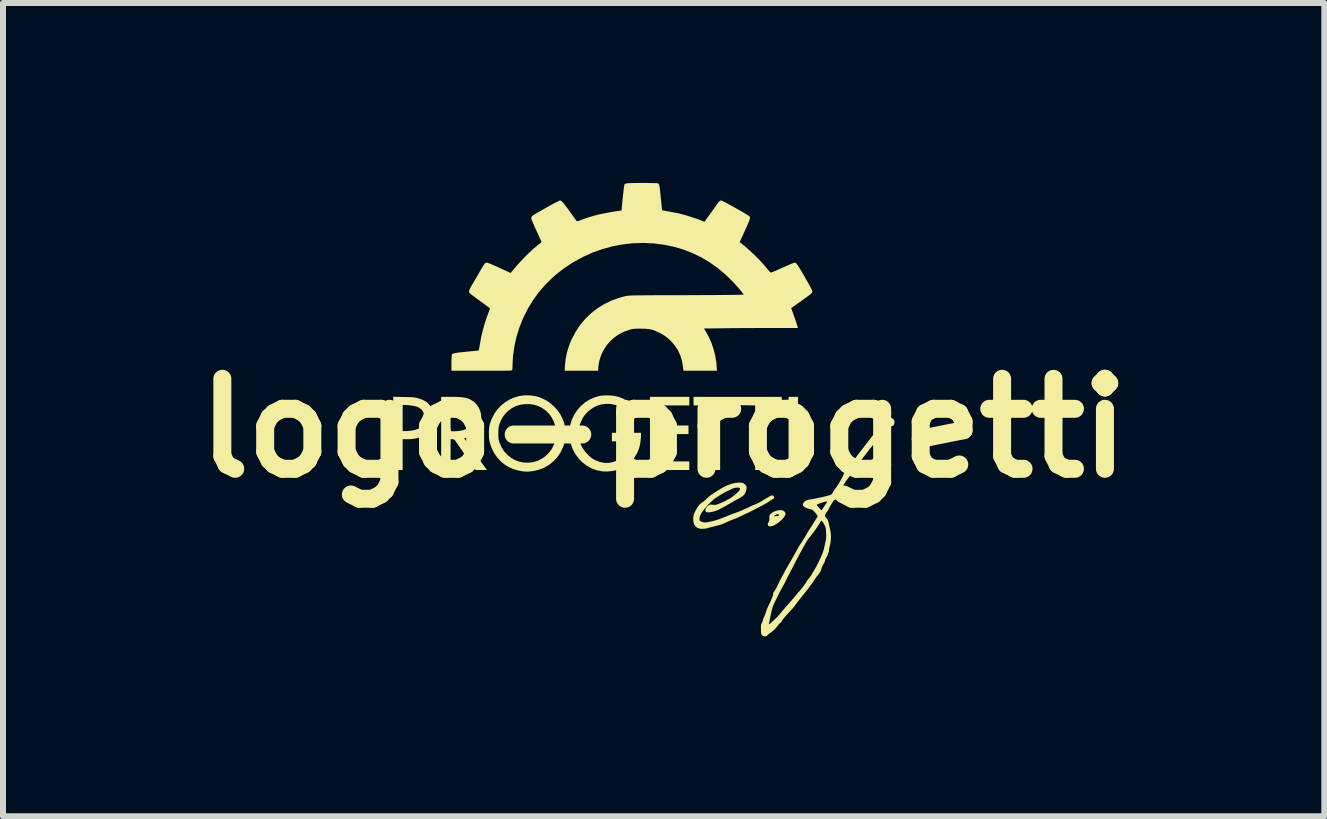
<source format=kicad_pcb>
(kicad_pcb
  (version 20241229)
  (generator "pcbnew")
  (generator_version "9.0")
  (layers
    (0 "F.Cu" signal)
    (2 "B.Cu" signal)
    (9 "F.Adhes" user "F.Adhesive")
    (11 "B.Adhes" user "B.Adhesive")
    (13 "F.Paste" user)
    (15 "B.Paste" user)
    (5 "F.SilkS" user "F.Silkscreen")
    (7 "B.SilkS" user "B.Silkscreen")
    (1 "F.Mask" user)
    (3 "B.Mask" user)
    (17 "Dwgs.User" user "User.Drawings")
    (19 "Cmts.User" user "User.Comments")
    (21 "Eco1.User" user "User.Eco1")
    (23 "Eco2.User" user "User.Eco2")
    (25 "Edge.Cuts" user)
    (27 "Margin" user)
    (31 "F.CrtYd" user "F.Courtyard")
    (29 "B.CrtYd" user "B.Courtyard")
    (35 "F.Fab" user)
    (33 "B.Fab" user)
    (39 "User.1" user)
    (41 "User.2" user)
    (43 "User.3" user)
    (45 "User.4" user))
  (footprint "logo-progetti"
    (layer "F.Cu")
    (at 8.014 4.087)
    (property "Reference" "logo-progetti" (at 0 0 0) (layer "F.SilkS") (effects (font (size 1.5 1.5) (thickness 0.3))))
    (attr board_only exclude_from_pos_files exclude_from_bom)
    (fp_poly (pts (xy 2.24 0.089) (xy 2.24 0.699) (xy 2.161 0.699) (xy 2.083 0.699) (xy 2.083 0.089) (xy 2.083 -0.521) (xy 2.161 -0.521) (xy 2.24 -0.521)) (stroke (width 0) (type solid)) (fill yes) (layer "F.SilkS"))
    (fp_poly (pts (xy 0.428 -0.449) (xy 0.428 -0.378) (xy 0.178 -0.378) (xy -0.071 -0.378) (xy -0.071 -0.21) (xy -0.071 -0.043) (xy 0.171 -0.043) (xy 0.414 -0.043) (xy 0.414 0.029) (xy 0.414 0.1) (xy 0.171 0.1) (xy -0.071 0.1) (xy -0.071 0.328) (xy -0.071 0.556) (xy 0.178 0.556) (xy 0.428 0.556) (xy 0.428 0.628) (xy 0.428 0.699) (xy 0.1 0.699) (xy -0.228 0.699) (xy -0.228 0.089) (xy -0.228 -0.521) (xy 0.1 -0.521) (xy 0.428 -0.521)) (stroke (width 0) (type solid)) (fill yes) (layer "F.SilkS"))
    (fp_poly (pts (xy 1.969 -0.449) (xy 1.969 -0.378) (xy 1.826 -0.378) (xy 1.683 -0.378) (xy 1.683 0.16) (xy 1.683 0.699) (xy 1.605 0.699) (xy 1.526 0.699) (xy 1.526 0.161) (xy 1.526 -0.378) (xy 1.386 -0.38) (xy 1.331 -0.38) (xy 1.267 -0.38) (xy 1.201 -0.38) (xy 1.137 -0.38) (xy 1.093 -0.38) (xy 0.942 -0.377) (xy 0.942 0.161) (xy 0.942 0.699) (xy 0.867 0.699) (xy 0.792 0.699) (xy 0.792 0.16) (xy 0.792 -0.378) (xy 0.646 -0.378) (xy 0.499 -0.378) (xy 0.499 -0.449) (xy 0.499 -0.521) (xy 1.234 -0.521) (xy 1.969 -0.521)) (stroke (width 0) (type solid)) (fill yes) (layer "F.SilkS"))
    (fp_poly (pts (xy 1.97 1.368) (xy 1.994 1.376) (xy 2.015 1.392) (xy 2.029 1.412) (xy 2.033 1.427) (xy 2.027 1.45) (xy 2.011 1.478) (xy 1.987 1.508) (xy 1.956 1.54) (xy 1.921 1.57) (xy 1.908 1.58) (xy 1.862 1.61) (xy 1.822 1.629) (xy 1.789 1.639) (xy 1.762 1.638) (xy 1.745 1.628) (xy 1.735 1.61) (xy 1.737 1.59) (xy 1.749 1.569) (xy 1.758 1.554) (xy 1.762 1.536) (xy 1.763 1.51) (xy 1.763 1.502) (xy 1.763 1.475) (xy 1.764 1.469) (xy 1.84 1.469) (xy 1.846 1.472) (xy 1.861 1.469) (xy 1.863 1.468) (xy 1.884 1.464) (xy 1.898 1.468) (xy 1.911 1.472) (xy 1.917 1.465) (xy 1.919 1.449) (xy 1.917 1.438) (xy 1.91 1.434) (xy 1.896 1.436) (xy 1.874 1.443) (xy 1.855 1.453) (xy 1.843 1.464) (xy 1.84 1.469) (xy 1.764 1.469) (xy 1.766 1.457) (xy 1.773 1.443) (xy 1.779 1.436) (xy 1.808 1.411) (xy 1.846 1.39) (xy 1.89 1.375) (xy 1.935 1.367)) (stroke (width 0) (type solid)) (fill yes) (layer "F.SilkS"))
    (fp_poly (pts (xy -4.335 -0.519) (xy -4.277 -0.517) (xy -4.231 -0.516) (xy -4.195 -0.514) (xy -4.166 -0.512) (xy -4.141 -0.508) (xy -4.119 -0.504) (xy -4.103 -0.5) (xy -4.047 -0.483) (xy -3.996 -0.46) (xy -3.953 -0.435) (xy -3.935 -0.421) (xy -3.898 -0.379) (xy -3.87 -0.329) (xy -3.851 -0.272) (xy -3.841 -0.211) (xy -3.84 -0.149) (xy -3.848 -0.087) (xy -3.866 -0.029) (xy -3.892 0.025) (xy -3.927 0.071) (xy -3.939 0.083) (xy -3.994 0.123) (xy -4.058 0.153) (xy -4.132 0.173) (xy -4.216 0.184) (xy -4.269 0.185) (xy -4.351 0.185) (xy -4.351 0.442) (xy -4.351 0.699) (xy -4.429 0.699) (xy -4.508 0.699) (xy -4.508 0.088) (xy -4.508 -0.385) (xy -4.351 -0.385) (xy -4.351 -0.168) (xy -4.351 0.05) (xy -4.305 0.05) (xy -4.274 0.049) (xy -4.237 0.046) (xy -4.204 0.042) (xy -4.139 0.029) (xy -4.085 0.008) (xy -4.044 -0.021) (xy -4.014 -0.058) (xy -3.995 -0.102) (xy -3.988 -0.156) (xy -3.989 -0.185) (xy -3.997 -0.238) (xy -4.016 -0.282) (xy -4.046 -0.318) (xy -4.087 -0.345) (xy -4.112 -0.356) (xy -4.141 -0.364) (xy -4.179 -0.372) (xy -4.222 -0.378) (xy -4.267 -0.383) (xy -4.307 -0.385) (xy -4.314 -0.385) (xy -4.351 -0.385) (xy -4.508 -0.385) (xy -4.508 -0.522)) (stroke (width 0) (type solid)) (fill yes) (layer "F.SilkS"))
    (fp_poly (pts (xy -3.547 -0.52) (xy -3.476 -0.52) (xy -3.417 -0.518) (xy -3.368 -0.515) (xy -3.328 -0.509) (xy -3.293 -0.502) (xy -3.261 -0.493) (xy -3.232 -0.48) (xy -3.221 -0.475) (xy -3.166 -0.44) (xy -3.12 -0.397) (xy -3.085 -0.345) (xy -3.059 -0.289) (xy -3.044 -0.228) (xy -3.04 -0.165) (xy -3.046 -0.102) (xy -3.064 -0.041) (xy -3.094 0.017) (xy -3.132 0.067) (xy -3.164 0.096) (xy -3.203 0.123) (xy -3.244 0.144) (xy -3.283 0.159) (xy -3.297 0.162) (xy -3.314 0.166) (xy -3.323 0.171) (xy -3.324 0.172) (xy -3.32 0.178) (xy -3.308 0.195) (xy -3.291 0.22) (xy -3.268 0.253) (xy -3.24 0.291) (xy -3.21 0.334) (xy -3.177 0.38) (xy -3.143 0.428) (xy -3.108 0.475) (xy -3.075 0.522) (xy -3.043 0.565) (xy -3.014 0.605) (xy -2.989 0.639) (xy -2.969 0.666) (xy -2.962 0.676) (xy -2.944 0.699) (xy -3.04 0.699) (xy -3.135 0.699) (xy -3.305 0.455) (xy -3.341 0.402) (xy -3.376 0.352) (xy -3.407 0.308) (xy -3.434 0.269) (xy -3.456 0.237) (xy -3.473 0.214) (xy -3.482 0.2) (xy -3.484 0.198) (xy -3.5 0.188) (xy -3.523 0.185) (xy -3.552 0.185) (xy -3.552 0.442) (xy -3.552 0.699) (xy -3.631 0.699) (xy -3.709 0.699) (xy -3.709 0.089) (xy -3.709 -0.385) (xy -3.552 -0.385) (xy -3.552 -0.168) (xy -3.552 -0.107) (xy -3.552 -0.058) (xy -3.551 -0.02) (xy -3.551 0.007) (xy -3.549 0.027) (xy -3.548 0.039) (xy -3.546 0.047) (xy -3.543 0.051) (xy -3.54 0.052) (xy -3.521 0.053) (xy -3.493 0.053) (xy -3.458 0.051) (xy -3.422 0.048) (xy -3.387 0.043) (xy -3.362 0.039) (xy -3.307 0.022) (xy -3.261 -0.003) (xy -3.226 -0.036) (xy -3.214 -0.052) (xy -3.203 -0.071) (xy -3.197 -0.088) (xy -3.193 -0.109) (xy -3.19 -0.137) (xy -3.19 -0.154) (xy -3.189 -0.187) (xy -3.189 -0.21) (xy -3.193 -0.228) (xy -3.199 -0.246) (xy -3.206 -0.261) (xy -3.23 -0.298) (xy -3.263 -0.327) (xy -3.307 -0.351) (xy -3.321 -0.356) (xy -3.353 -0.366) (xy -3.395 -0.374) (xy -3.442 -0.381) (xy -3.488 -0.384) (xy -3.515 -0.385) (xy -3.552 -0.385) (xy -3.709 -0.385) (xy -3.709 -0.521)) (stroke (width 0) (type solid)) (fill yes) (layer "F.SilkS"))
    (fp_poly (pts (xy -2.221 -0.545) (xy -2.13 -0.531) (xy -2.071 -0.514) (xy -1.99 -0.479) (xy -1.912 -0.432) (xy -1.842 -0.375) (xy -1.779 -0.309) (xy -1.726 -0.235) (xy -1.685 -0.156) (xy -1.684 -0.153) (xy -1.662 -0.095) (xy -1.648 -0.038) (xy -1.641 0.023) (xy -1.638 0.093) (xy -1.64 0.155) (xy -1.646 0.21) (xy -1.658 0.261) (xy -1.676 0.314) (xy -1.681 0.327) (xy -1.722 0.411) (xy -1.774 0.487) (xy -1.836 0.553) (xy -1.908 0.611) (xy -1.987 0.657) (xy -2.073 0.692) (xy -2.164 0.715) (xy -2.202 0.72) (xy -2.243 0.724) (xy -2.276 0.726) (xy -2.306 0.725) (xy -2.34 0.722) (xy -2.358 0.72) (xy -2.432 0.705) (xy -2.508 0.682) (xy -2.58 0.65) (xy -2.642 0.614) (xy -2.643 0.614) (xy -2.714 0.556) (xy -2.776 0.488) (xy -2.829 0.411) (xy -2.87 0.327) (xy -2.897 0.247) (xy -2.907 0.198) (xy -2.912 0.14) (xy -2.913 0.086) (xy -2.756 0.086) (xy -2.756 0.127) (xy -2.754 0.158) (xy -2.752 0.183) (xy -2.747 0.206) (xy -2.74 0.23) (xy -2.737 0.239) (xy -2.704 0.318) (xy -2.659 0.388) (xy -2.604 0.448) (xy -2.538 0.499) (xy -2.487 0.529) (xy -2.418 0.556) (xy -2.343 0.573) (xy -2.265 0.577) (xy -2.188 0.57) (xy -2.173 0.567) (xy -2.097 0.544) (xy -2.027 0.509) (xy -1.964 0.463) (xy -1.909 0.407) (xy -1.863 0.343) (xy -1.828 0.273) (xy -1.804 0.197) (xy -1.793 0.127) (xy -1.793 0.045) (xy -1.806 -0.034) (xy -1.831 -0.108) (xy -1.866 -0.177) (xy -1.91 -0.238) (xy -1.964 -0.291) (xy -2.025 -0.335) (xy -2.094 -0.369) (xy -2.168 -0.391) (xy -2.222 -0.398) (xy -2.31 -0.4) (xy -2.392 -0.389) (xy -2.468 -0.365) (xy -2.537 -0.328) (xy -2.601 -0.279) (xy -2.617 -0.263) (xy -2.669 -0.203) (xy -2.709 -0.136) (xy -2.737 -0.068) (xy -2.745 -0.042) (xy -2.75 -0.02) (xy -2.754 0.004) (xy -2.755 0.033) (xy -2.756 0.07) (xy -2.756 0.086) (xy -2.913 0.086) (xy -2.914 0.079) (xy -2.911 0.018) (xy -2.904 -0.036) (xy -2.897 -0.066) (xy -2.866 -0.156) (xy -2.823 -0.238) (xy -2.771 -0.312) (xy -2.71 -0.377) (xy -2.641 -0.432) (xy -2.565 -0.478) (xy -2.485 -0.512) (xy -2.4 -0.536) (xy -2.311 -0.547)) (stroke (width 0) (type solid)) (fill yes) (layer "F.SilkS"))
    (fp_poly (pts (xy -0.938 -0.545) (xy -0.873 -0.543) (xy -0.818 -0.536) (xy -0.767 -0.525) (xy -0.716 -0.508) (xy -0.66 -0.483) (xy -0.66 -0.482) (xy -0.577 -0.436) (xy -0.506 -0.38) (xy -0.475 -0.349) (xy -0.44 -0.313) (xy -0.482 -0.27) (xy -0.508 -0.244) (xy -0.527 -0.227) (xy -0.542 -0.22) (xy -0.555 -0.222) (xy -0.57 -0.232) (xy -0.589 -0.251) (xy -0.595 -0.257) (xy -0.661 -0.313) (xy -0.731 -0.356) (xy -0.804 -0.386) (xy -0.881 -0.402) (xy -0.961 -0.404) (xy -0.963 -0.404) (xy -1.041 -0.394) (xy -1.112 -0.372) (xy -1.178 -0.338) (xy -1.241 -0.292) (xy -1.271 -0.264) (xy -1.3 -0.234) (xy -1.321 -0.21) (xy -1.338 -0.186) (xy -1.354 -0.158) (xy -1.364 -0.136) (xy -1.386 -0.087) (xy -1.401 -0.045) (xy -1.41 -0.005) (xy -1.414 0.038) (xy -1.415 0.091) (xy -1.415 0.093) (xy -1.414 0.133) (xy -1.412 0.163) (xy -1.408 0.189) (xy -1.401 0.216) (xy -1.395 0.232) (xy -1.371 0.294) (xy -1.342 0.347) (xy -1.306 0.396) (xy -1.263 0.443) (xy -1.231 0.474) (xy -1.202 0.498) (xy -1.175 0.516) (xy -1.142 0.534) (xy -1.141 0.534) (xy -1.067 0.564) (xy -0.993 0.579) (xy -0.919 0.58) (xy -0.848 0.568) (xy -0.779 0.541) (xy -0.713 0.501) (xy -0.673 0.468) (xy -0.648 0.443) (xy -0.623 0.413) (xy -0.605 0.389) (xy -0.588 0.358) (xy -0.572 0.323) (xy -0.559 0.287) (xy -0.551 0.256) (xy -0.549 0.238) (xy -0.549 0.221) (xy -0.706 0.221) (xy -0.863 0.221) (xy -0.863 0.15) (xy -0.863 0.078) (xy -0.62 0.078) (xy -0.376 0.078) (xy -0.38 0.162) (xy -0.388 0.243) (xy -0.403 0.315) (xy -0.427 0.382) (xy -0.438 0.408) (xy -0.483 0.485) (xy -0.539 0.552) (xy -0.603 0.61) (xy -0.675 0.656) (xy -0.754 0.691) (xy -0.806 0.706) (xy -0.867 0.717) (xy -0.929 0.723) (xy -0.989 0.724) (xy -1.033 0.72) (xy -1.122 0.701) (xy -1.207 0.669) (xy -1.285 0.625) (xy -1.356 0.57) (xy -1.419 0.505) (xy -1.473 0.432) (xy -1.517 0.35) (xy -1.549 0.261) (xy -1.555 0.239) (xy -1.566 0.184) (xy -1.571 0.122) (xy -1.572 0.058) (xy -1.567 -0.002) (xy -1.559 -0.046) (xy -1.531 -0.139) (xy -1.49 -0.224) (xy -1.439 -0.302) (xy -1.378 -0.37) (xy -1.309 -0.429) (xy -1.231 -0.477) (xy -1.174 -0.503) (xy -1.127 -0.52) (xy -1.086 -0.532) (xy -1.046 -0.54) (xy -1.002 -0.544) (xy -0.95 -0.545)) (stroke (width 0) (type solid)) (fill yes) (layer "F.SilkS"))
    (fp_poly (pts (xy 1.307 0.911) (xy 1.327 0.918) (xy 1.346 0.931) (xy 1.364 0.947) (xy 1.377 0.964) (xy 1.383 0.983) (xy 1.382 1.009) (xy 1.374 1.045) (xy 1.374 1.046) (xy 1.366 1.071) (xy 1.356 1.092) (xy 1.342 1.111) (xy 1.322 1.13) (xy 1.294 1.149) (xy 1.257 1.172) (xy 1.209 1.198) (xy 1.205 1.2) (xy 1.178 1.215) (xy 1.144 1.235) (xy 1.109 1.255) (xy 1.095 1.263) (xy 1.062 1.282) (xy 1.029 1.301) (xy 0.999 1.317) (xy 0.989 1.323) (xy 0.962 1.336) (xy 0.936 1.35) (xy 0.921 1.358) (xy 0.881 1.376) (xy 0.838 1.39) (xy 0.794 1.4) (xy 0.755 1.405) (xy 0.723 1.404) (xy 0.718 1.403) (xy 0.701 1.392) (xy 0.695 1.374) (xy 0.7 1.348) (xy 0.703 1.341) (xy 0.718 1.317) (xy 0.74 1.296) (xy 0.765 1.281) (xy 0.781 1.276) (xy 0.797 1.276) (xy 0.819 1.278) (xy 0.828 1.279) (xy 0.848 1.281) (xy 0.867 1.279) (xy 0.891 1.273) (xy 0.918 1.263) (xy 0.952 1.25) (xy 0.986 1.235) (xy 1.015 1.221) (xy 1.018 1.22) (xy 1.047 1.204) (xy 1.08 1.186) (xy 1.098 1.177) (xy 1.126 1.16) (xy 1.157 1.137) (xy 1.189 1.112) (xy 1.219 1.086) (xy 1.244 1.061) (xy 1.262 1.041) (xy 1.269 1.028) (xy 1.274 1.01) (xy 1.271 0.999) (xy 1.258 0.993) (xy 1.234 0.992) (xy 1.217 0.993) (xy 1.199 0.994) (xy 1.181 0.998) (xy 1.162 1.004) (xy 1.138 1.014) (xy 1.107 1.028) (xy 1.067 1.048) (xy 1.058 1.052) (xy 1.02 1.072) (xy 0.985 1.091) (xy 0.956 1.107) (xy 0.935 1.12) (xy 0.926 1.126) (xy 0.906 1.14) (xy 0.883 1.155) (xy 0.878 1.158) (xy 0.851 1.176) (xy 0.819 1.203) (xy 0.782 1.237) (xy 0.745 1.276) (xy 0.707 1.317) (xy 0.673 1.357) (xy 0.643 1.396) (xy 0.621 1.429) (xy 0.621 1.429) (xy 0.61 1.455) (xy 0.601 1.484) (xy 0.597 1.513) (xy 0.598 1.535) (xy 0.6 1.542) (xy 0.61 1.551) (xy 0.629 1.56) (xy 0.646 1.566) (xy 0.664 1.571) (xy 0.679 1.573) (xy 0.696 1.573) (xy 0.717 1.571) (xy 0.747 1.566) (xy 0.765 1.562) (xy 0.809 1.553) (xy 0.85 1.542) (xy 0.892 1.53) (xy 0.936 1.515) (xy 0.987 1.495) (xy 1.048 1.471) (xy 1.054 1.468) (xy 1.094 1.452) (xy 1.134 1.437) (xy 1.169 1.423) (xy 1.197 1.414) (xy 1.204 1.411) (xy 1.228 1.403) (xy 1.26 1.39) (xy 1.299 1.374) (xy 1.339 1.356) (xy 1.355 1.349) (xy 1.405 1.326) (xy 1.442 1.308) (xy 1.47 1.295) (xy 1.49 1.286) (xy 1.503 1.281) (xy 1.511 1.278) (xy 1.515 1.277) (xy 1.515 1.277) (xy 1.527 1.273) (xy 1.548 1.264) (xy 1.576 1.25) (xy 1.607 1.233) (xy 1.64 1.214) (xy 1.648 1.209) (xy 1.696 1.18) (xy 1.733 1.157) (xy 1.762 1.141) (xy 1.783 1.13) (xy 1.798 1.124) (xy 1.809 1.121) (xy 1.817 1.122) (xy 1.824 1.126) (xy 1.828 1.128) (xy 1.838 1.143) (xy 1.842 1.156) (xy 1.841 1.168) (xy 1.832 1.178) (xy 1.815 1.188) (xy 1.789 1.202) (xy 1.764 1.219) (xy 1.759 1.222) (xy 1.748 1.23) (xy 1.736 1.238) (xy 1.722 1.247) (xy 1.704 1.257) (xy 1.679 1.271) (xy 1.646 1.289) (xy 1.602 1.312) (xy 1.591 1.317) (xy 1.561 1.333) (xy 1.535 1.346) (xy 1.516 1.356) (xy 1.509 1.36) (xy 1.476 1.377) (xy 1.437 1.397) (xy 1.393 1.418) (xy 1.348 1.439) (xy 1.304 1.46) (xy 1.263 1.479) (xy 1.227 1.495) (xy 1.198 1.508) (xy 1.18 1.515) (xy 1.177 1.516) (xy 1.155 1.524) (xy 1.124 1.536) (xy 1.089 1.551) (xy 1.056 1.566) (xy 1.019 1.583) (xy 0.98 1.599) (xy 0.944 1.612) (xy 0.921 1.619) (xy 0.858 1.634) (xy 0.807 1.648) (xy 0.766 1.658) (xy 0.739 1.666) (xy 0.734 1.668) (xy 0.706 1.674) (xy 0.673 1.678) (xy 0.64 1.679) (xy 0.612 1.678) (xy 0.603 1.677) (xy 0.56 1.661) (xy 0.529 1.638) (xy 0.508 1.606) (xy 0.496 1.564) (xy 0.493 1.512) (xy 0.494 1.502) (xy 0.496 1.473) (xy 0.5 1.449) (xy 0.508 1.426) (xy 0.52 1.399) (xy 0.528 1.384) (xy 0.553 1.338) (xy 0.576 1.302) (xy 0.598 1.275) (xy 0.621 1.254) (xy 0.639 1.242) (xy 0.661 1.227) (xy 0.688 1.205) (xy 0.715 1.18) (xy 0.726 1.17) (xy 0.75 1.147) (xy 0.774 1.127) (xy 0.793 1.113) (xy 0.799 1.109) (xy 0.815 1.1) (xy 0.838 1.085) (xy 0.866 1.066) (xy 0.889 1.051) (xy 0.975 0.997) (xy 1.057 0.956) (xy 1.135 0.928) (xy 1.211 0.912) (xy 1.247 0.909) (xy 1.282 0.909)) (stroke (width 0) (type solid)) (fill yes) (layer "F.SilkS"))
    (fp_poly (pts (xy -0.279 -4.087) (xy -0.229 -4.086) (xy -0.184 -4.085) (xy -0.145 -4.084) (xy -0.116 -4.083) (xy -0.098 -4.081) (xy -0.093 -4.08) (xy -0.086 -4.075) (xy -0.08 -4.067) (xy -0.075 -4.054) (xy -0.07 -4.035) (xy -0.066 -4.008) (xy -0.061 -3.973) (xy -0.056 -3.927) (xy -0.05 -3.869) (xy -0.046 -3.827) (xy -0.041 -3.776) (xy -0.036 -3.73) (xy -0.032 -3.691) (xy -0.029 -3.66) (xy -0.026 -3.64) (xy -0.025 -3.632) (xy -0.025 -3.632) (xy -0.017 -3.63) (xy 0.002 -3.626) (xy 0.03 -3.621) (xy 0.066 -3.614) (xy 0.097 -3.609) (xy 0.146 -3.6) (xy 0.197 -3.59) (xy 0.247 -3.58) (xy 0.289 -3.57) (xy 0.303 -3.567) (xy 0.344 -3.555) (xy 0.394 -3.541) (xy 0.448 -3.523) (xy 0.504 -3.505) (xy 0.558 -3.487) (xy 0.605 -3.47) (xy 0.643 -3.455) (xy 0.646 -3.454) (xy 0.681 -3.44) (xy 0.799 -3.604) (xy 0.83 -3.648) (xy 0.859 -3.688) (xy 0.884 -3.723) (xy 0.905 -3.751) (xy 0.92 -3.771) (xy 0.929 -3.781) (xy 0.929 -3.782) (xy 0.946 -3.792) (xy 0.961 -3.795) (xy 0.971 -3.791) (xy 0.991 -3.781) (xy 1.021 -3.767) (xy 1.057 -3.747) (xy 1.098 -3.725) (xy 1.144 -3.7) (xy 1.191 -3.673) (xy 1.238 -3.647) (xy 1.284 -3.621) (xy 1.327 -3.596) (xy 1.364 -3.574) (xy 1.395 -3.555) (xy 1.417 -3.541) (xy 1.428 -3.533) (xy 1.438 -3.519) (xy 1.441 -3.509) (xy 1.439 -3.496) (xy 1.433 -3.475) (xy 1.422 -3.446) (xy 1.407 -3.408) (xy 1.386 -3.36) (xy 1.359 -3.301) (xy 1.341 -3.26) (xy 1.267 -3.1) (xy 1.291 -3.082) (xy 1.353 -3.033) (xy 1.419 -2.975) (xy 1.488 -2.911) (xy 1.557 -2.844) (xy 1.622 -2.777) (xy 1.68 -2.712) (xy 1.712 -2.673) (xy 1.736 -2.644) (xy 1.757 -2.62) (xy 1.773 -2.602) (xy 1.783 -2.592) (xy 1.784 -2.59) (xy 1.792 -2.593) (xy 1.812 -2.6) (xy 1.84 -2.612) (xy 1.877 -2.628) (xy 1.92 -2.647) (xy 1.968 -2.668) (xy 1.983 -2.675) (xy 2.044 -2.702) (xy 2.094 -2.724) (xy 2.132 -2.74) (xy 2.161 -2.751) (xy 2.18 -2.757) (xy 2.191 -2.758) (xy 2.192 -2.758) (xy 2.2 -2.754) (xy 2.21 -2.746) (xy 2.222 -2.732) (xy 2.237 -2.712) (xy 2.255 -2.685) (xy 2.277 -2.649) (xy 2.304 -2.604) (xy 2.337 -2.548) (xy 2.375 -2.481) (xy 2.407 -2.424) (xy 2.433 -2.378) (xy 2.452 -2.342) (xy 2.466 -2.315) (xy 2.475 -2.295) (xy 2.479 -2.282) (xy 2.48 -2.273) (xy 2.48 -2.273) (xy 2.476 -2.264) (xy 2.47 -2.255) (xy 2.461 -2.244) (xy 2.445 -2.231) (xy 2.424 -2.213) (xy 2.395 -2.192) (xy 2.357 -2.164) (xy 2.31 -2.13) (xy 2.278 -2.107) (xy 2.237 -2.079) (xy 2.201 -2.053) (xy 2.17 -2.031) (xy 2.147 -2.014) (xy 2.132 -2.004) (xy 2.127 -2.001) (xy 2.128 -1.994) (xy 2.134 -1.978) (xy 2.14 -1.961) (xy 2.15 -1.935) (xy 2.163 -1.899) (xy 2.178 -1.857) (xy 2.193 -1.813) (xy 2.207 -1.771) (xy 2.219 -1.734) (xy 2.228 -1.707) (xy 2.239 -1.669) (xy 1.792 -1.669) (xy 1.7 -1.669) (xy 1.602 -1.669) (xy 1.5 -1.668) (xy 1.397 -1.668) (xy 1.297 -1.667) (xy 1.201 -1.666) (xy 1.113 -1.666) (xy 1.035 -1.665) (xy 1.008 -1.664) (xy 0.672 -1.66) (xy 0.696 -1.621) (xy 0.749 -1.528) (xy 0.795 -1.426) (xy 0.832 -1.318) (xy 0.86 -1.208) (xy 0.878 -1.1) (xy 0.883 -1.04) (xy 0.887 -0.956) (xy 0.609 -0.956) (xy 0.331 -0.956) (xy 0.322 -1.025) (xy 0.305 -1.126) (xy 0.275 -1.218) (xy 0.235 -1.303) (xy 0.181 -1.383) (xy 0.126 -1.447) (xy 0.071 -1.498) (xy 0.016 -1.541) (xy -0.046 -1.577) (xy -0.081 -1.594) (xy -0.129 -1.616) (xy -0.171 -1.633) (xy -0.211 -1.644) (xy -0.253 -1.651) (xy -0.299 -1.656) (xy -0.355 -1.657) (xy -0.385 -1.657) (xy -0.432 -1.657) (xy -0.467 -1.657) (xy -0.495 -1.655) (xy -0.517 -1.652) (xy -0.538 -1.648) (xy -0.56 -1.642) (xy -0.573 -1.638) (xy -0.664 -1.605) (xy -0.746 -1.564) (xy -0.819 -1.513) (xy -0.884 -1.455) (xy -0.948 -1.383) (xy -1 -1.303) (xy -1.042 -1.217) (xy -1.071 -1.128) (xy -1.087 -1.037) (xy -1.089 -1.019) (xy -1.093 -0.956) (xy -1.372 -0.956) (xy -1.65 -0.956) (xy -1.645 -1.043) (xy -1.634 -1.152) (xy -1.611 -1.263) (xy -1.577 -1.374) (xy -1.534 -1.481) (xy -1.53 -1.488) (xy -1.465 -1.61) (xy -1.39 -1.722) (xy -1.304 -1.824) (xy -1.209 -1.915) (xy -1.105 -1.996) (xy -0.992 -2.066) (xy -0.871 -2.125) (xy -0.743 -2.171) (xy -0.641 -2.199) (xy -0.632 -2.201) (xy -0.622 -2.203) (xy -0.612 -2.204) (xy -0.6 -2.206) (xy -0.586 -2.207) (xy -0.57 -2.209) (xy -0.549 -2.21) (xy -0.524 -2.211) (xy -0.494 -2.212) (xy -0.458 -2.212) (xy -0.415 -2.213) (xy -0.365 -2.213) (xy -0.307 -2.214) (xy -0.239 -2.214) (xy -0.162 -2.215) (xy -0.074 -2.215) (xy 0.025 -2.215) (xy 0.137 -2.216) (xy 0.261 -2.216) (xy 0.38 -2.216) (xy 0.508 -2.217) (xy 0.63 -2.217) (xy 0.744 -2.218) (xy 0.85 -2.218) (xy 0.947 -2.219) (xy 1.035 -2.22) (xy 1.113 -2.22) (xy 1.18 -2.221) (xy 1.236 -2.222) (xy 1.279 -2.223) (xy 1.311 -2.224) (xy 1.329 -2.224) (xy 1.334 -2.225) (xy 1.33 -2.233) (xy 1.318 -2.249) (xy 1.301 -2.272) (xy 1.283 -2.295) (xy 1.164 -2.43) (xy 1.039 -2.553) (xy 0.907 -2.664) (xy 0.769 -2.762) (xy 0.625 -2.848) (xy 0.475 -2.92) (xy 0.32 -2.98) (xy 0.159 -3.026) (xy 0.013 -3.056) (xy -0.163 -3.078) (xy -0.339 -3.087) (xy -0.514 -3.081) (xy -0.687 -3.062) (xy -0.858 -3.029) (xy -1.025 -2.983) (xy -1.188 -2.925) (xy -1.347 -2.853) (xy -1.501 -2.769) (xy -1.648 -2.673) (xy -1.788 -2.565) (xy -1.859 -2.503) (xy -1.977 -2.386) (xy -2.085 -2.26) (xy -2.182 -2.125) (xy -2.267 -1.984) (xy -2.341 -1.836) (xy -2.403 -1.683) (xy -2.452 -1.526) (xy -2.488 -1.365) (xy -2.511 -1.201) (xy -2.519 -1.059) (xy -2.52 -1.026) (xy -2.521 -0.997) (xy -2.523 -0.977) (xy -2.524 -0.968) (xy -2.525 -0.966) (xy -2.528 -0.964) (xy -2.534 -0.962) (xy -2.544 -0.961) (xy -2.558 -0.959) (xy -2.578 -0.958) (xy -2.605 -0.958) (xy -2.64 -0.957) (xy -2.684 -0.956) (xy -2.737 -0.956) (xy -2.8 -0.956) (xy -2.876 -0.956) (xy -2.964 -0.956) (xy -3.032 -0.956) (xy -3.538 -0.956) (xy -3.538 -1.08) (xy -3.538 -1.122) (xy -3.536 -1.16) (xy -3.535 -1.192) (xy -3.533 -1.214) (xy -3.531 -1.222) (xy -3.527 -1.23) (xy -3.521 -1.237) (xy -3.51 -1.242) (xy -3.494 -1.247) (xy -3.471 -1.252) (xy -3.44 -1.257) (xy -3.399 -1.262) (xy -3.347 -1.267) (xy -3.282 -1.274) (xy -3.278 -1.274) (xy -3.227 -1.279) (xy -3.181 -1.284) (xy -3.142 -1.288) (xy -3.111 -1.291) (xy -3.091 -1.293) (xy -3.083 -1.294) (xy -3.083 -1.294) (xy -3.081 -1.302) (xy -3.078 -1.32) (xy -3.072 -1.348) (xy -3.066 -1.383) (xy -3.063 -1.4) (xy -3.039 -1.529) (xy -3.01 -1.65) (xy -2.976 -1.767) (xy -2.934 -1.888) (xy -2.931 -1.895) (xy -2.918 -1.929) (xy -2.908 -1.959) (xy -2.9 -1.981) (xy -2.896 -1.994) (xy -2.896 -1.995) (xy -2.902 -2.001) (xy -2.917 -2.014) (xy -2.942 -2.032) (xy -2.974 -2.056) (xy -3.011 -2.084) (xy -3.053 -2.114) (xy -3.064 -2.122) (xy -3.107 -2.153) (xy -3.147 -2.182) (xy -3.181 -2.208) (xy -3.209 -2.229) (xy -3.228 -2.245) (xy -3.238 -2.254) (xy -3.239 -2.255) (xy -3.244 -2.267) (xy -3.244 -2.282) (xy -3.24 -2.3) (xy -3.229 -2.323) (xy -3.213 -2.355) (xy -3.193 -2.389) (xy -3.173 -2.424) (xy -3.147 -2.468) (xy -3.119 -2.516) (xy -3.09 -2.566) (xy -3.063 -2.613) (xy -3.063 -2.613) (xy -3.034 -2.663) (xy -3.009 -2.703) (xy -2.99 -2.732) (xy -2.976 -2.75) (xy -2.97 -2.755) (xy -2.961 -2.757) (xy -2.949 -2.757) (xy -2.933 -2.754) (xy -2.912 -2.747) (xy -2.883 -2.736) (xy -2.846 -2.72) (xy -2.8 -2.7) (xy -2.742 -2.674) (xy -2.708 -2.658) (xy -2.552 -2.586) (xy -2.537 -2.604) (xy -2.436 -2.722) (xy -2.34 -2.827) (xy -2.247 -2.919) (xy -2.159 -3) (xy -2.107 -3.043) (xy -2.034 -3.101) (xy -2.104 -3.255) (xy -2.133 -3.317) (xy -2.156 -3.368) (xy -2.174 -3.409) (xy -2.187 -3.441) (xy -2.197 -3.465) (xy -2.203 -3.483) (xy -2.206 -3.497) (xy -2.206 -3.507) (xy -2.205 -3.515) (xy -2.202 -3.522) (xy -2.201 -3.522) (xy -2.189 -3.536) (xy -2.169 -3.553) (xy -2.149 -3.565) (xy -2.132 -3.575) (xy -2.105 -3.591) (xy -2.069 -3.611) (xy -2.027 -3.635) (xy -1.981 -3.661) (xy -1.932 -3.689) (xy -1.927 -3.692) (xy -1.879 -3.719) (xy -1.835 -3.743) (xy -1.796 -3.763) (xy -1.764 -3.779) (xy -1.741 -3.79) (xy -1.729 -3.795) (xy -1.728 -3.795) (xy -1.718 -3.793) (xy -1.707 -3.788) (xy -1.695 -3.777) (xy -1.679 -3.761) (xy -1.659 -3.737) (xy -1.635 -3.705) (xy -1.604 -3.664) (xy -1.567 -3.612) (xy -1.555 -3.596) (xy -1.527 -3.556) (xy -1.501 -3.52) (xy -1.478 -3.489) (xy -1.46 -3.466) (xy -1.449 -3.452) (xy -1.445 -3.448) (xy -1.435 -3.449) (xy -1.415 -3.455) (xy -1.391 -3.464) (xy -1.385 -3.466) (xy -1.321 -3.49) (xy -1.248 -3.515) (xy -1.171 -3.538) (xy -1.095 -3.558) (xy -1.06 -3.566) (xy -1.021 -3.574) (xy -0.974 -3.583) (xy -0.924 -3.592) (xy -0.873 -3.602) (xy -0.825 -3.61) (xy -0.781 -3.617) (xy -0.746 -3.622) (xy -0.724 -3.625) (xy -0.703 -3.627) (xy -0.681 -3.843) (xy -0.675 -3.9) (xy -0.669 -3.951) (xy -0.664 -3.995) (xy -0.659 -4.03) (xy -0.655 -4.054) (xy -0.652 -4.066) (xy -0.651 -4.066) (xy -0.64 -4.073) (xy -0.62 -4.079) (xy -0.612 -4.081) (xy -0.596 -4.082) (xy -0.568 -4.084) (xy -0.531 -4.085) (xy -0.487 -4.086) (xy -0.438 -4.086) (xy -0.385 -4.087) (xy -0.332 -4.087)) (stroke (width 0) (type solid)) (fill yes) (layer "F.SilkS"))
    (fp_poly (pts (xy 3.805 -0.167) (xy 3.825 -0.154) (xy 3.827 -0.153) (xy 3.844 -0.13) (xy 3.85 -0.108) (xy 3.846 -0.08) (xy 3.844 -0.074) (xy 3.837 -0.054) (xy 3.827 -0.042) (xy 3.81 -0.035) (xy 3.778 -0.022) (xy 3.756 -0.006) (xy 3.739 0.018) (xy 3.738 0.021) (xy 3.725 0.041) (xy 3.708 0.051) (xy 3.697 0.055) (xy 3.673 0.065) (xy 3.661 0.081) (xy 3.651 0.094) (xy 3.642 0.1) (xy 3.632 0.105) (xy 3.62 0.119) (xy 3.618 0.123) (xy 3.609 0.136) (xy 3.592 0.158) (xy 3.57 0.185) (xy 3.544 0.217) (xy 3.52 0.246) (xy 3.49 0.282) (xy 3.461 0.318) (xy 3.435 0.35) (xy 3.414 0.377) (xy 3.403 0.391) (xy 3.381 0.422) (xy 3.355 0.455) (xy 3.334 0.481) (xy 3.297 0.527) (xy 3.262 0.572) (xy 3.227 0.621) (xy 3.189 0.677) (xy 3.176 0.695) (xy 3.152 0.731) (xy 3.126 0.767) (xy 3.103 0.8) (xy 3.084 0.825) (xy 3.082 0.827) (xy 3.062 0.853) (xy 3.045 0.877) (xy 3.032 0.896) (xy 3.031 0.899) (xy 3.019 0.918) (xy 3.003 0.943) (xy 2.989 0.963) (xy 2.974 0.986) (xy 2.957 1.012) (xy 2.942 1.038) (xy 2.929 1.061) (xy 2.921 1.079) (xy 2.919 1.088) (xy 2.919 1.088) (xy 2.927 1.088) (xy 2.944 1.084) (xy 2.96 1.08) (xy 2.984 1.075) (xy 3.018 1.07) (xy 3.061 1.064) (xy 3.112 1.058) (xy 3.167 1.053) (xy 3.225 1.047) (xy 3.283 1.042) (xy 3.34 1.037) (xy 3.393 1.034) (xy 3.441 1.031) (xy 3.48 1.029) (xy 3.51 1.029) (xy 3.527 1.03) (xy 3.55 1.039) (xy 3.561 1.052) (xy 3.565 1.066) (xy 3.563 1.076) (xy 3.552 1.084) (xy 3.531 1.088) (xy 3.499 1.092) (xy 3.472 1.093) (xy 3.436 1.096) (xy 3.393 1.099) (xy 3.346 1.103) (xy 3.297 1.108) (xy 3.249 1.113) (xy 3.204 1.118) (xy 3.164 1.123) (xy 3.132 1.128) (xy 3.109 1.132) (xy 3.099 1.134) (xy 3.085 1.138) (xy 3.062 1.143) (xy 3.035 1.148) (xy 3.006 1.154) (xy 2.969 1.162) (xy 2.931 1.173) (xy 2.912 1.178) (xy 2.839 1.201) (xy 2.796 1.27) (xy 2.778 1.3) (xy 2.762 1.328) (xy 2.75 1.35) (xy 2.745 1.361) (xy 2.738 1.377) (xy 2.732 1.384) (xy 2.731 1.384) (xy 2.725 1.389) (xy 2.714 1.404) (xy 2.704 1.421) (xy 2.692 1.444) (xy 2.688 1.461) (xy 2.694 1.477) (xy 2.709 1.495) (xy 2.716 1.502) (xy 2.735 1.529) (xy 2.746 1.559) (xy 2.757 1.606) (xy 2.765 1.643) (xy 2.772 1.673) (xy 2.777 1.697) (xy 2.781 1.719) (xy 2.785 1.74) (xy 2.79 1.795) (xy 2.788 1.856) (xy 2.781 1.918) (xy 2.768 1.975) (xy 2.768 1.977) (xy 2.761 2.004) (xy 2.757 2.026) (xy 2.757 2.04) (xy 2.757 2.04) (xy 2.756 2.056) (xy 2.75 2.07) (xy 2.742 2.088) (xy 2.739 2.102) (xy 2.735 2.117) (xy 2.725 2.137) (xy 2.717 2.149) (xy 2.704 2.173) (xy 2.694 2.198) (xy 2.692 2.208) (xy 2.685 2.23) (xy 2.676 2.249) (xy 2.674 2.251) (xy 2.663 2.267) (xy 2.651 2.292) (xy 2.638 2.321) (xy 2.628 2.351) (xy 2.622 2.372) (xy 2.615 2.389) (xy 2.601 2.411) (xy 2.584 2.435) (xy 2.582 2.437) (xy 2.561 2.463) (xy 2.54 2.492) (xy 2.525 2.514) (xy 2.504 2.547) (xy 2.475 2.588) (xy 2.443 2.632) (xy 2.409 2.677) (xy 2.393 2.697) (xy 2.377 2.717) (xy 2.354 2.746) (xy 2.327 2.78) (xy 2.297 2.817) (xy 2.27 2.851) (xy 2.243 2.885) (xy 2.22 2.916) (xy 2.201 2.941) (xy 2.188 2.958) (xy 2.183 2.967) (xy 2.183 2.967) (xy 2.178 2.975) (xy 2.165 2.99) (xy 2.147 3.011) (xy 2.124 3.036) (xy 2.124 3.036) (xy 2.074 3.09) (xy 2.034 3.134) (xy 2.003 3.17) (xy 1.982 3.197) (xy 1.971 3.214) (xy 1.969 3.22) (xy 1.963 3.231) (xy 1.952 3.242) (xy 1.94 3.252) (xy 1.923 3.27) (xy 1.903 3.294) (xy 1.888 3.313) (xy 1.852 3.354) (xy 1.816 3.387) (xy 1.788 3.407) (xy 1.763 3.424) (xy 1.743 3.44) (xy 1.731 3.453) (xy 1.729 3.456) (xy 1.719 3.466) (xy 1.7 3.472) (xy 1.692 3.472) (xy 1.67 3.472) (xy 1.655 3.466) (xy 1.644 3.455) (xy 1.632 3.44) (xy 1.626 3.429) (xy 1.626 3.428) (xy 1.623 3.377) (xy 1.622 3.338) (xy 1.622 3.309) (xy 1.623 3.288) (xy 1.626 3.272) (xy 1.626 3.272) (xy 1.755 3.272) (xy 1.759 3.271) (xy 1.772 3.262) (xy 1.791 3.246) (xy 1.814 3.225) (xy 1.84 3.2) (xy 1.867 3.175) (xy 1.893 3.149) (xy 1.915 3.125) (xy 1.933 3.105) (xy 1.943 3.092) (xy 1.955 3.078) (xy 1.974 3.054) (xy 1.999 3.025) (xy 2.029 2.991) (xy 2.061 2.954) (xy 2.073 2.941) (xy 2.106 2.903) (xy 2.138 2.866) (xy 2.168 2.832) (xy 2.192 2.803) (xy 2.21 2.782) (xy 2.213 2.777) (xy 2.23 2.756) (xy 2.243 2.74) (xy 2.252 2.731) (xy 2.252 2.731) (xy 2.26 2.724) (xy 2.274 2.707) (xy 2.293 2.685) (xy 2.314 2.658) (xy 2.335 2.63) (xy 2.354 2.603) (xy 2.37 2.58) (xy 2.381 2.563) (xy 2.382 2.561) (xy 2.397 2.536) (xy 2.416 2.513) (xy 2.42 2.508) (xy 2.437 2.488) (xy 2.451 2.468) (xy 2.454 2.464) (xy 2.463 2.448) (xy 2.477 2.424) (xy 2.493 2.398) (xy 2.494 2.396) (xy 2.517 2.358) (xy 2.543 2.312) (xy 2.569 2.262) (xy 2.594 2.21) (xy 2.618 2.16) (xy 2.638 2.113) (xy 2.655 2.072) (xy 2.665 2.04) (xy 2.667 2.033) (xy 2.681 1.975) (xy 2.691 1.929) (xy 2.699 1.893) (xy 2.705 1.863) (xy 2.708 1.838) (xy 2.71 1.815) (xy 2.71 1.792) (xy 2.709 1.766) (xy 2.708 1.747) (xy 2.706 1.709) (xy 2.703 1.68) (xy 2.699 1.658) (xy 2.692 1.639) (xy 2.683 1.617) (xy 2.669 1.592) (xy 2.655 1.569) (xy 2.644 1.556) (xy 2.627 1.54) (xy 2.613 1.565) (xy 2.598 1.591) (xy 2.576 1.625) (xy 2.551 1.663) (xy 2.524 1.702) (xy 2.497 1.739) (xy 2.473 1.771) (xy 2.454 1.795) (xy 2.451 1.798) (xy 2.427 1.826) (xy 2.403 1.86) (xy 2.377 1.901) (xy 2.347 1.953) (xy 2.329 1.986) (xy 2.311 2.019) (xy 2.292 2.055) (xy 2.276 2.083) (xy 2.259 2.114) (xy 2.242 2.146) (xy 2.223 2.182) (xy 2.201 2.224) (xy 2.175 2.275) (xy 2.166 2.292) (xy 2.151 2.323) (xy 2.137 2.349) (xy 2.127 2.368) (xy 2.122 2.376) (xy 2.122 2.377) (xy 2.118 2.384) (xy 2.108 2.402) (xy 2.095 2.428) (xy 2.079 2.461) (xy 2.066 2.486) (xy 2.048 2.523) (xy 2.031 2.557) (xy 2.017 2.585) (xy 2.007 2.604) (xy 2.003 2.611) (xy 1.991 2.631) (xy 1.974 2.661) (xy 1.954 2.699) (xy 1.932 2.741) (xy 1.909 2.786) (xy 1.887 2.832) (xy 1.866 2.875) (xy 1.847 2.913) (xy 1.833 2.944) (xy 1.823 2.966) (xy 1.821 2.971) (xy 1.815 2.991) (xy 1.807 3.021) (xy 1.798 3.058) (xy 1.789 3.099) (xy 1.779 3.141) (xy 1.771 3.182) (xy 1.763 3.219) (xy 1.758 3.248) (xy 1.755 3.267) (xy 1.755 3.272) (xy 1.626 3.272) (xy 1.631 3.259) (xy 1.637 3.249) (xy 1.648 3.228) (xy 1.654 3.208) (xy 1.655 3.203) (xy 1.658 3.185) (xy 1.667 3.162) (xy 1.673 3.151) (xy 1.684 3.126) (xy 1.696 3.095) (xy 1.705 3.067) (xy 1.715 3.038) (xy 1.729 3.002) (xy 1.745 2.965) (xy 1.754 2.947) (xy 1.784 2.886) (xy 1.805 2.836) (xy 1.819 2.798) (xy 1.826 2.77) (xy 1.826 2.763) (xy 1.829 2.745) (xy 1.835 2.734) (xy 1.836 2.734) (xy 1.843 2.726) (xy 1.854 2.707) (xy 1.869 2.682) (xy 1.885 2.652) (xy 1.9 2.622) (xy 1.914 2.593) (xy 1.916 2.589) (xy 1.924 2.572) (xy 1.937 2.546) (xy 1.954 2.513) (xy 1.974 2.476) (xy 1.994 2.439) (xy 2.013 2.403) (xy 2.029 2.373) (xy 2.04 2.354) (xy 2.053 2.33) (xy 2.072 2.298) (xy 2.093 2.261) (xy 2.115 2.224) (xy 2.12 2.215) (xy 2.143 2.174) (xy 2.168 2.129) (xy 2.193 2.086) (xy 2.213 2.05) (xy 2.214 2.047) (xy 2.232 2.015) (xy 2.244 1.992) (xy 2.254 1.975) (xy 2.263 1.96) (xy 2.274 1.943) (xy 2.287 1.923) (xy 2.306 1.895) (xy 2.329 1.859) (xy 2.353 1.819) (xy 2.376 1.781) (xy 2.382 1.771) (xy 2.399 1.74) (xy 2.417 1.711) (xy 2.432 1.687) (xy 2.437 1.68) (xy 2.45 1.661) (xy 2.467 1.634) (xy 2.486 1.604) (xy 2.496 1.587) (xy 2.514 1.558) (xy 2.532 1.53) (xy 2.545 1.509) (xy 2.551 1.501) (xy 2.562 1.484) (xy 2.568 1.471) (xy 2.568 1.469) (xy 2.564 1.46) (xy 2.552 1.443) (xy 2.536 1.421) (xy 2.528 1.411) (xy 2.506 1.386) (xy 2.489 1.37) (xy 2.473 1.36) (xy 2.458 1.355) (xy 2.412 1.343) (xy 2.378 1.332) (xy 2.354 1.32) (xy 2.337 1.307) (xy 2.326 1.292) (xy 2.325 1.29) (xy 2.324 1.283) (xy 2.556 1.283) (xy 2.556 1.285) (xy 2.562 1.296) (xy 2.575 1.313) (xy 2.591 1.332) (xy 2.609 1.35) (xy 2.624 1.363) (xy 2.634 1.369) (xy 2.64 1.364) (xy 2.649 1.35) (xy 2.651 1.346) (xy 2.661 1.329) (xy 2.676 1.306) (xy 2.694 1.279) (xy 2.697 1.274) (xy 2.713 1.251) (xy 2.724 1.234) (xy 2.73 1.224) (xy 2.73 1.223) (xy 2.722 1.223) (xy 2.705 1.225) (xy 2.684 1.23) (xy 2.663 1.235) (xy 2.646 1.24) (xy 2.643 1.241) (xy 2.628 1.247) (xy 2.606 1.254) (xy 2.591 1.259) (xy 2.569 1.267) (xy 2.558 1.274) (xy 2.556 1.283) (xy 2.324 1.283) (xy 2.321 1.269) (xy 2.33 1.247) (xy 2.35 1.224) (xy 2.362 1.216) (xy 2.381 1.205) (xy 2.404 1.197) (xy 2.435 1.191) (xy 2.455 1.188) (xy 2.484 1.183) (xy 2.52 1.177) (xy 2.561 1.168) (xy 2.605 1.159) (xy 2.647 1.15) (xy 2.687 1.14) (xy 2.721 1.132) (xy 2.746 1.125) (xy 2.76 1.12) (xy 2.761 1.12) (xy 2.779 1.114) (xy 2.787 1.113) (xy 2.799 1.106) (xy 2.812 1.087) (xy 2.817 1.077) (xy 2.829 1.055) (xy 2.841 1.036) (xy 2.847 1.03) (xy 2.857 1.019) (xy 2.86 1.013) (xy 2.865 1.004) (xy 2.876 0.991) (xy 2.88 0.986) (xy 2.889 0.973) (xy 2.903 0.951) (xy 2.921 0.923) (xy 2.939 0.891) (xy 2.958 0.858) (xy 2.975 0.827) (xy 2.989 0.8) (xy 2.999 0.779) (xy 3.003 0.768) (xy 3.003 0.767) (xy 3.008 0.757) (xy 3.019 0.744) (xy 3.035 0.727) (xy 3.058 0.7) (xy 3.084 0.665) (xy 3.114 0.624) (xy 3.144 0.579) (xy 3.159 0.556) (xy 3.182 0.522) (xy 3.207 0.486) (xy 3.231 0.454) (xy 3.246 0.434) (xy 3.266 0.409) (xy 3.291 0.377) (xy 3.318 0.341) (xy 3.342 0.31) (xy 3.37 0.273) (xy 3.403 0.231) (xy 3.435 0.19) (xy 3.456 0.163) (xy 3.493 0.116) (xy 3.523 0.077) (xy 3.547 0.042) (xy 3.568 0.01) (xy 3.57 0.007) (xy 3.582 -0.013) (xy 3.594 -0.031) (xy 3.595 -0.032) (xy 3.606 -0.048) (xy 3.619 -0.068) (xy 3.622 -0.073) (xy 3.641 -0.094) (xy 3.67 -0.113) (xy 3.686 -0.122) (xy 3.711 -0.135) (xy 3.731 -0.148) (xy 3.743 -0.158) (xy 3.743 -0.158) (xy 3.759 -0.169) (xy 3.781 -0.172)) (stroke (width 0) (type solid)) (fill yes) (layer "F.SilkS")))
  (gr_rect
    (start -3 -3)
    (end 19.029 10.559)
    (stroke (width 0.1) (type default))
    (fill no)
    (layer "Edge.Cuts")))
</source>
